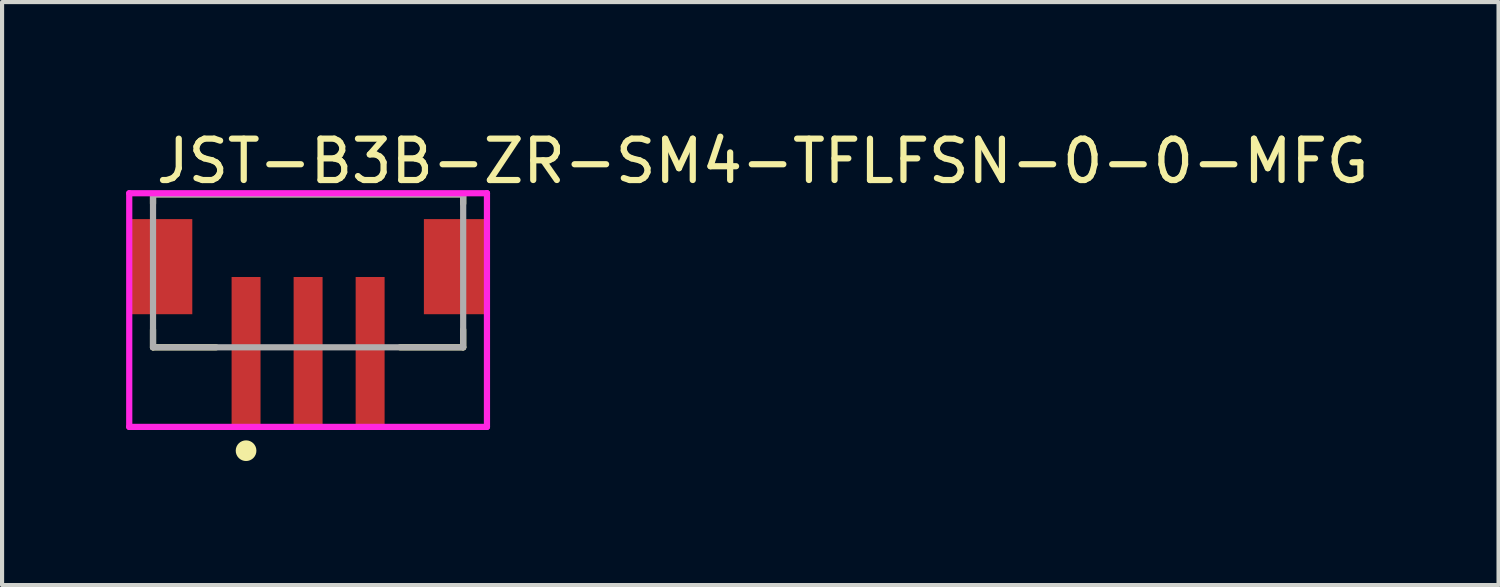
<source format=kicad_pcb>
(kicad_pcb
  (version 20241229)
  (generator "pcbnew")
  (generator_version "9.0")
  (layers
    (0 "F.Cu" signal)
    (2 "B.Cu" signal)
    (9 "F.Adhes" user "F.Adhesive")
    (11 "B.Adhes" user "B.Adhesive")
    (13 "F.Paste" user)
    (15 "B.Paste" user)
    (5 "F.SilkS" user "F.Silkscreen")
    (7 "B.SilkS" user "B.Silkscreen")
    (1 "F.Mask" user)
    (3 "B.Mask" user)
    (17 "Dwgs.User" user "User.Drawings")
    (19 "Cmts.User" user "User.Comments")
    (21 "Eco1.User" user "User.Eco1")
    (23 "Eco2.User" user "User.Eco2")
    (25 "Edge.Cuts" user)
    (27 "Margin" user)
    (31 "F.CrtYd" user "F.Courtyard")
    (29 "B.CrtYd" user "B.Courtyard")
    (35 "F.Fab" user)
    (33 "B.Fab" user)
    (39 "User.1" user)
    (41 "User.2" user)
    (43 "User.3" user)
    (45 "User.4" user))
  (footprint "JST-B3B-ZR-SM4-TFLFSN-0-0-MFG"
    (layer "F.Cu")
    (at 4.4 3.498)
    (property "Reference" "JST-B3B-ZR-SM4-TFLFSN-0-0-MFG" (at -3.75 -2.65 0) (layer "F.SilkS") (effects (font (size 1 1) (thickness 0.15)) (justify left)))
    (attr through_hole)
    (fp_line (start -3.75 -1.85) (end 3.75 -1.85) (stroke (width 0.15) (type solid)) (layer "F.SilkS"))
    (fp_line (start -3.75 -1.625) (end -3.75 -1.85) (stroke (width 0.15) (type solid)) (layer "F.SilkS"))
    (fp_line (start -3.75 1.85) (end -3.75 1.425) (stroke (width 0.15) (type solid)) (layer "F.SilkS"))
    (fp_line (start -3.75 1.85) (end -2.225 1.85) (stroke (width 0.15) (type solid)) (layer "F.SilkS"))
    (fp_line (start 2.225 1.85) (end 3.75 1.85) (stroke (width 0.15) (type solid)) (layer "F.SilkS"))
    (fp_line (start 3.75 -1.625) (end 3.75 -1.85) (stroke (width 0.15) (type solid)) (layer "F.SilkS"))
    (fp_line (start 3.75 1.85) (end 3.75 1.425) (stroke (width 0.15) (type solid)) (layer "F.SilkS"))
    (fp_circle (center -1.5 4.35) (end -1.375 4.35) (stroke (width 0.25) (type solid)) (fill no) (layer "F.SilkS"))
    (fp_line (start -4.325 -1.875) (end -4.325 3.775) (stroke (width 0.15) (type solid)) (layer "F.CrtYd"))
    (fp_line (start -4.325 3.775) (end 4.325 3.775) (stroke (width 0.15) (type solid)) (layer "F.CrtYd"))
    (fp_line (start 4.325 -1.875) (end -4.325 -1.875) (stroke (width 0.15) (type solid)) (layer "F.CrtYd"))
    (fp_line (start 4.325 -1.875) (end 4.325 -1.875) (stroke (width 0.15) (type solid)) (layer "F.CrtYd"))
    (fp_line (start 4.325 3.775) (end 4.325 -1.875) (stroke (width 0.15) (type solid)) (layer "F.CrtYd"))
    (fp_line (start -3.75 -1.85) (end 3.75 -1.85) (stroke (width 0.15) (type solid)) (layer "F.Fab"))
    (fp_line (start -3.75 1.85) (end -3.75 -1.85) (stroke (width 0.15) (type solid)) (layer "F.Fab"))
    (fp_line (start 3.75 -1.85) (end 3.75 1.85) (stroke (width 0.15) (type solid)) (layer "F.Fab"))
    (fp_line (start 3.75 1.85) (end -3.75 1.85) (stroke (width 0.15) (type solid)) (layer "F.Fab"))
    (pad "1" smd rect (at -1.5 1.95) (size 0.7 3.6) (layers "F.Cu" "F.Mask" "F.Paste"))
    (pad "2" smd rect (at 0 1.95) (size 0.7 3.6) (layers "F.Cu" "F.Mask" "F.Paste"))
    (pad "3" smd rect (at 1.5 1.95) (size 0.7 3.6) (layers "F.Cu" "F.Mask" "F.Paste"))
    (pad "4" smd rect (at -3.55 -0.1) (size 1.5 2.3) (layers "F.Cu" "F.Mask" "F.Paste"))
    (pad "5" smd rect (at 3.55 -0.1) (size 1.5 2.3) (layers "F.Cu" "F.Mask" "F.Paste")))
  (gr_rect
    (start -3 -3)
    (end 33.186 11.098)
    (stroke (width 0.1) (type default))
    (fill no)
    (layer "Edge.Cuts")))
</source>
